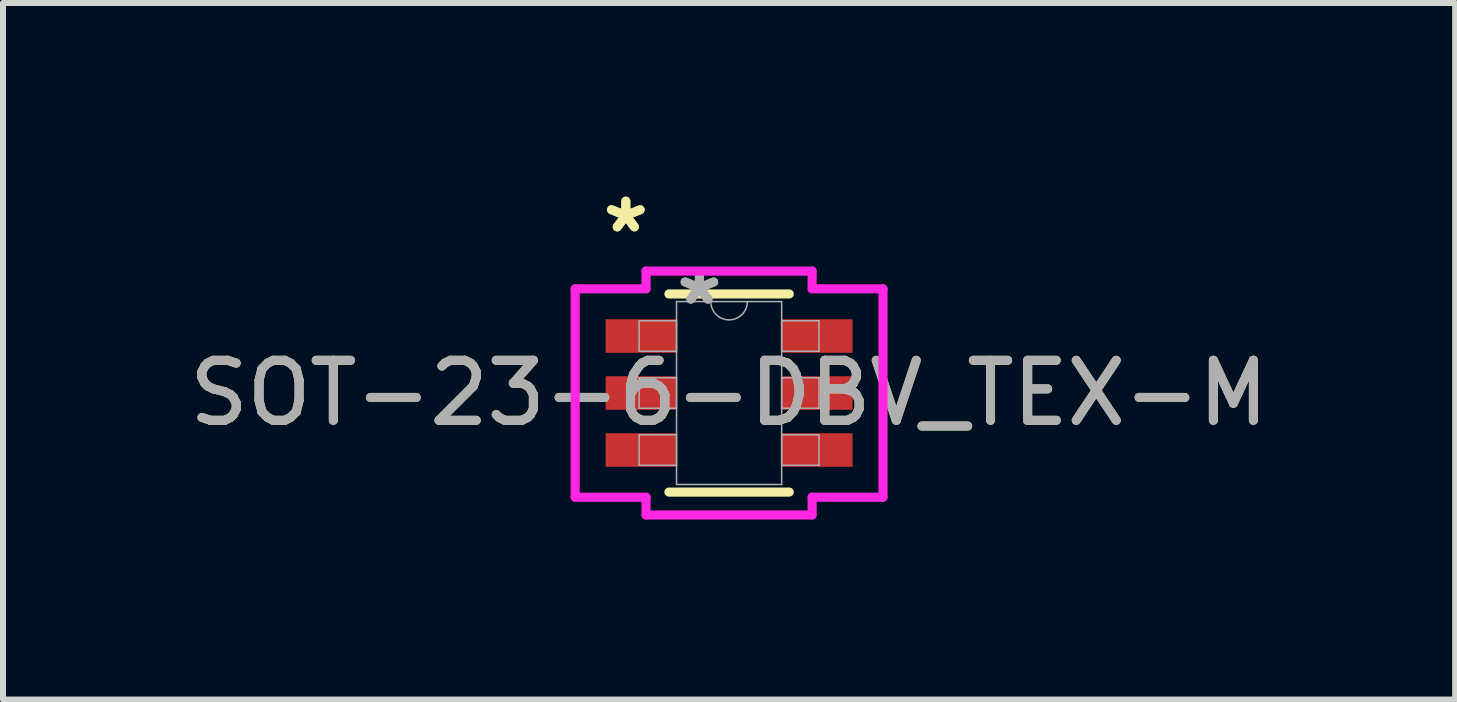
<source format=kicad_pcb>
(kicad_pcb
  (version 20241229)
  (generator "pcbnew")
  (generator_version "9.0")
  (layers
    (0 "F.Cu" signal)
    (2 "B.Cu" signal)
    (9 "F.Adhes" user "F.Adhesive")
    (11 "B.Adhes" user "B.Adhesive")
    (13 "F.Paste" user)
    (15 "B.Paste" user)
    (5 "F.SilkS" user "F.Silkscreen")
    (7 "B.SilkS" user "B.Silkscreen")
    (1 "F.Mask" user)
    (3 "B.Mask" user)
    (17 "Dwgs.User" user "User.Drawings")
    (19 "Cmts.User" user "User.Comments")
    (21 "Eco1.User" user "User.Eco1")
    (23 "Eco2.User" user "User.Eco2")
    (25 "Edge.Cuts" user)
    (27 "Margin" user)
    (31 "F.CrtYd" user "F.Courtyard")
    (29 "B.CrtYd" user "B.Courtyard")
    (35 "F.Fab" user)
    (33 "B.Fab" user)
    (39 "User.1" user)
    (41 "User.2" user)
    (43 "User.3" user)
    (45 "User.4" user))
  (footprint "SOT-23-6-DBV_TEX-M"
    (layer "F.Cu")
    (at 9.101 3.5)
    (property "Reference" "SOT-23-6-DBV_TEX-M" (at 0 0 0) (unlocked yes) (layer "F.SilkS") (effects (font (size 1 1) (thickness 0.15))))
    (attr smd)
    (fp_line (start -1.003 1.651) (end 1.003 1.651) (stroke (width 0.152) (type solid)) (layer "F.SilkS"))
    (fp_line (start 1.003 -1.651) (end -1.003 -1.651) (stroke (width 0.152) (type solid)) (layer "F.SilkS"))
    (fp_line (start -2.565 -1.737) (end -1.384 -1.737) (stroke (width 0.152) (type solid)) (layer "F.CrtYd"))
    (fp_line (start -2.565 1.737) (end -2.565 -1.737) (stroke (width 0.152) (type solid)) (layer "F.CrtYd"))
    (fp_line (start -2.565 1.737) (end -1.384 1.737) (stroke (width 0.152) (type solid)) (layer "F.CrtYd"))
    (fp_line (start -1.384 -2.032) (end 1.384 -2.032) (stroke (width 0.152) (type solid)) (layer "F.CrtYd"))
    (fp_line (start -1.384 -1.737) (end -1.384 -2.032) (stroke (width 0.152) (type solid)) (layer "F.CrtYd"))
    (fp_line (start -1.384 2.032) (end -1.384 1.737) (stroke (width 0.152) (type solid)) (layer "F.CrtYd"))
    (fp_line (start 1.384 -2.032) (end 1.384 -1.737) (stroke (width 0.152) (type solid)) (layer "F.CrtYd"))
    (fp_line (start 1.384 1.737) (end 1.384 2.032) (stroke (width 0.152) (type solid)) (layer "F.CrtYd"))
    (fp_line (start 1.384 2.032) (end -1.384 2.032) (stroke (width 0.152) (type solid)) (layer "F.CrtYd"))
    (fp_line (start 2.565 -1.737) (end 1.384 -1.737) (stroke (width 0.152) (type solid)) (layer "F.CrtYd"))
    (fp_line (start 2.565 -1.737) (end 2.565 1.737) (stroke (width 0.152) (type solid)) (layer "F.CrtYd"))
    (fp_line (start 2.565 1.737) (end 1.384 1.737) (stroke (width 0.152) (type solid)) (layer "F.CrtYd"))
    (fp_line (start -1.499 -1.204) (end -1.499 -0.696) (stroke (width 0.025) (type solid)) (layer "F.Fab"))
    (fp_line (start -1.499 -0.696) (end -0.876 -0.696) (stroke (width 0.025) (type solid)) (layer "F.Fab"))
    (fp_line (start -1.499 -0.254) (end -1.499 0.254) (stroke (width 0.025) (type solid)) (layer "F.Fab"))
    (fp_line (start -1.499 0.254) (end -0.876 0.254) (stroke (width 0.025) (type solid)) (layer "F.Fab"))
    (fp_line (start -1.499 0.696) (end -1.499 1.204) (stroke (width 0.025) (type solid)) (layer "F.Fab"))
    (fp_line (start -1.499 1.204) (end -0.876 1.204) (stroke (width 0.025) (type solid)) (layer "F.Fab"))
    (fp_line (start -0.876 -1.524) (end -0.876 1.524) (stroke (width 0.025) (type solid)) (layer "F.Fab"))
    (fp_line (start -0.876 -1.204) (end -1.499 -1.204) (stroke (width 0.025) (type solid)) (layer "F.Fab"))
    (fp_line (start -0.876 -0.696) (end -0.876 -1.204) (stroke (width 0.025) (type solid)) (layer "F.Fab"))
    (fp_line (start -0.876 -0.254) (end -1.499 -0.254) (stroke (width 0.025) (type solid)) (layer "F.Fab"))
    (fp_line (start -0.876 0.254) (end -0.876 -0.254) (stroke (width 0.025) (type solid)) (layer "F.Fab"))
    (fp_line (start -0.876 0.696) (end -1.499 0.696) (stroke (width 0.025) (type solid)) (layer "F.Fab"))
    (fp_line (start -0.876 1.204) (end -0.876 0.696) (stroke (width 0.025) (type solid)) (layer "F.Fab"))
    (fp_line (start -0.876 1.524) (end 0.876 1.524) (stroke (width 0.025) (type solid)) (layer "F.Fab"))
    (fp_line (start 0.876 -1.524) (end -0.876 -1.524) (stroke (width 0.025) (type solid)) (layer "F.Fab"))
    (fp_line (start 0.876 -1.204) (end 0.876 -0.696) (stroke (width 0.025) (type solid)) (layer "F.Fab"))
    (fp_line (start 0.876 -0.696) (end 1.499 -0.696) (stroke (width 0.025) (type solid)) (layer "F.Fab"))
    (fp_line (start 0.876 -0.254) (end 0.876 0.254) (stroke (width 0.025) (type solid)) (layer "F.Fab"))
    (fp_line (start 0.876 0.254) (end 1.499 0.254) (stroke (width 0.025) (type solid)) (layer "F.Fab"))
    (fp_line (start 0.876 0.696) (end 0.876 1.204) (stroke (width 0.025) (type solid)) (layer "F.Fab"))
    (fp_line (start 0.876 1.204) (end 1.499 1.204) (stroke (width 0.025) (type solid)) (layer "F.Fab"))
    (fp_line (start 0.876 1.524) (end 0.876 -1.524) (stroke (width 0.025) (type solid)) (layer "F.Fab"))
    (fp_line (start 1.499 -1.204) (end 0.876 -1.204) (stroke (width 0.025) (type solid)) (layer "F.Fab"))
    (fp_line (start 1.499 -0.696) (end 1.499 -1.204) (stroke (width 0.025) (type solid)) (layer "F.Fab"))
    (fp_line (start 1.499 -0.254) (end 0.876 -0.254) (stroke (width 0.025) (type solid)) (layer "F.Fab"))
    (fp_line (start 1.499 0.254) (end 1.499 -0.254) (stroke (width 0.025) (type solid)) (layer "F.Fab"))
    (fp_line (start 1.499 0.696) (end 0.876 0.696) (stroke (width 0.025) (type solid)) (layer "F.Fab"))
    (fp_line (start 1.499 1.204) (end 1.499 0.696) (stroke (width 0.025) (type solid)) (layer "F.Fab"))
    (fp_arc (start 0.3048 -1.524) (mid 0 -1.2192) (end -0.3048 -1.524) (stroke (width 0.0254) (type solid)) (layer "F.Fab"))
    (fp_text user "*" (at -1.721 -2.652 0) (layer "F.SilkS") (effects (font (size 1 1) (thickness 0.15))))
    (fp_text user "*" (at -1.721 -2.652 0) (unlocked yes) (layer "F.SilkS") (effects (font (size 1 1) (thickness 0.15))))
    (fp_text user "*" (at -0.495 -1.448 0) (layer "F.Fab") (effects (font (size 1 1) (thickness 0.15))))
    (fp_text user "${REFERENCE}" (at 0 0 0) (unlocked yes) (layer "F.Fab") (effects (font (size 1 1) (thickness 0.15))))
    (fp_text user "*" (at -0.495 -1.448 0) (unlocked yes) (layer "F.Fab") (effects (font (size 1 1) (thickness 0.15))))
    (pad "1" smd rect (at -1.467 -0.95) (size 1.181 0.559) (layers "F.Cu" "F.Mask" "F.Paste"))
    (pad "2" smd rect (at -1.467 0) (size 1.181 0.559) (layers "F.Cu" "F.Mask" "F.Paste"))
    (pad "3" smd rect (at -1.467 0.95) (size 1.181 0.559) (layers "F.Cu" "F.Mask" "F.Paste"))
    (pad "4" smd rect (at 1.467 0.95) (size 1.181 0.559) (layers "F.Cu" "F.Mask" "F.Paste"))
    (pad "5" smd rect (at 1.467 0) (size 1.181 0.559) (layers "F.Cu" "F.Mask" "F.Paste"))
    (pad "6" smd rect (at 1.467 -0.95) (size 1.181 0.559) (layers "F.Cu" "F.Mask" "F.Paste")))
  (gr_rect
    (start -3 -3)
    (end 21.202 8.608)
    (stroke (width 0.1) (type default))
    (fill no)
    (layer "Edge.Cuts")))
</source>
